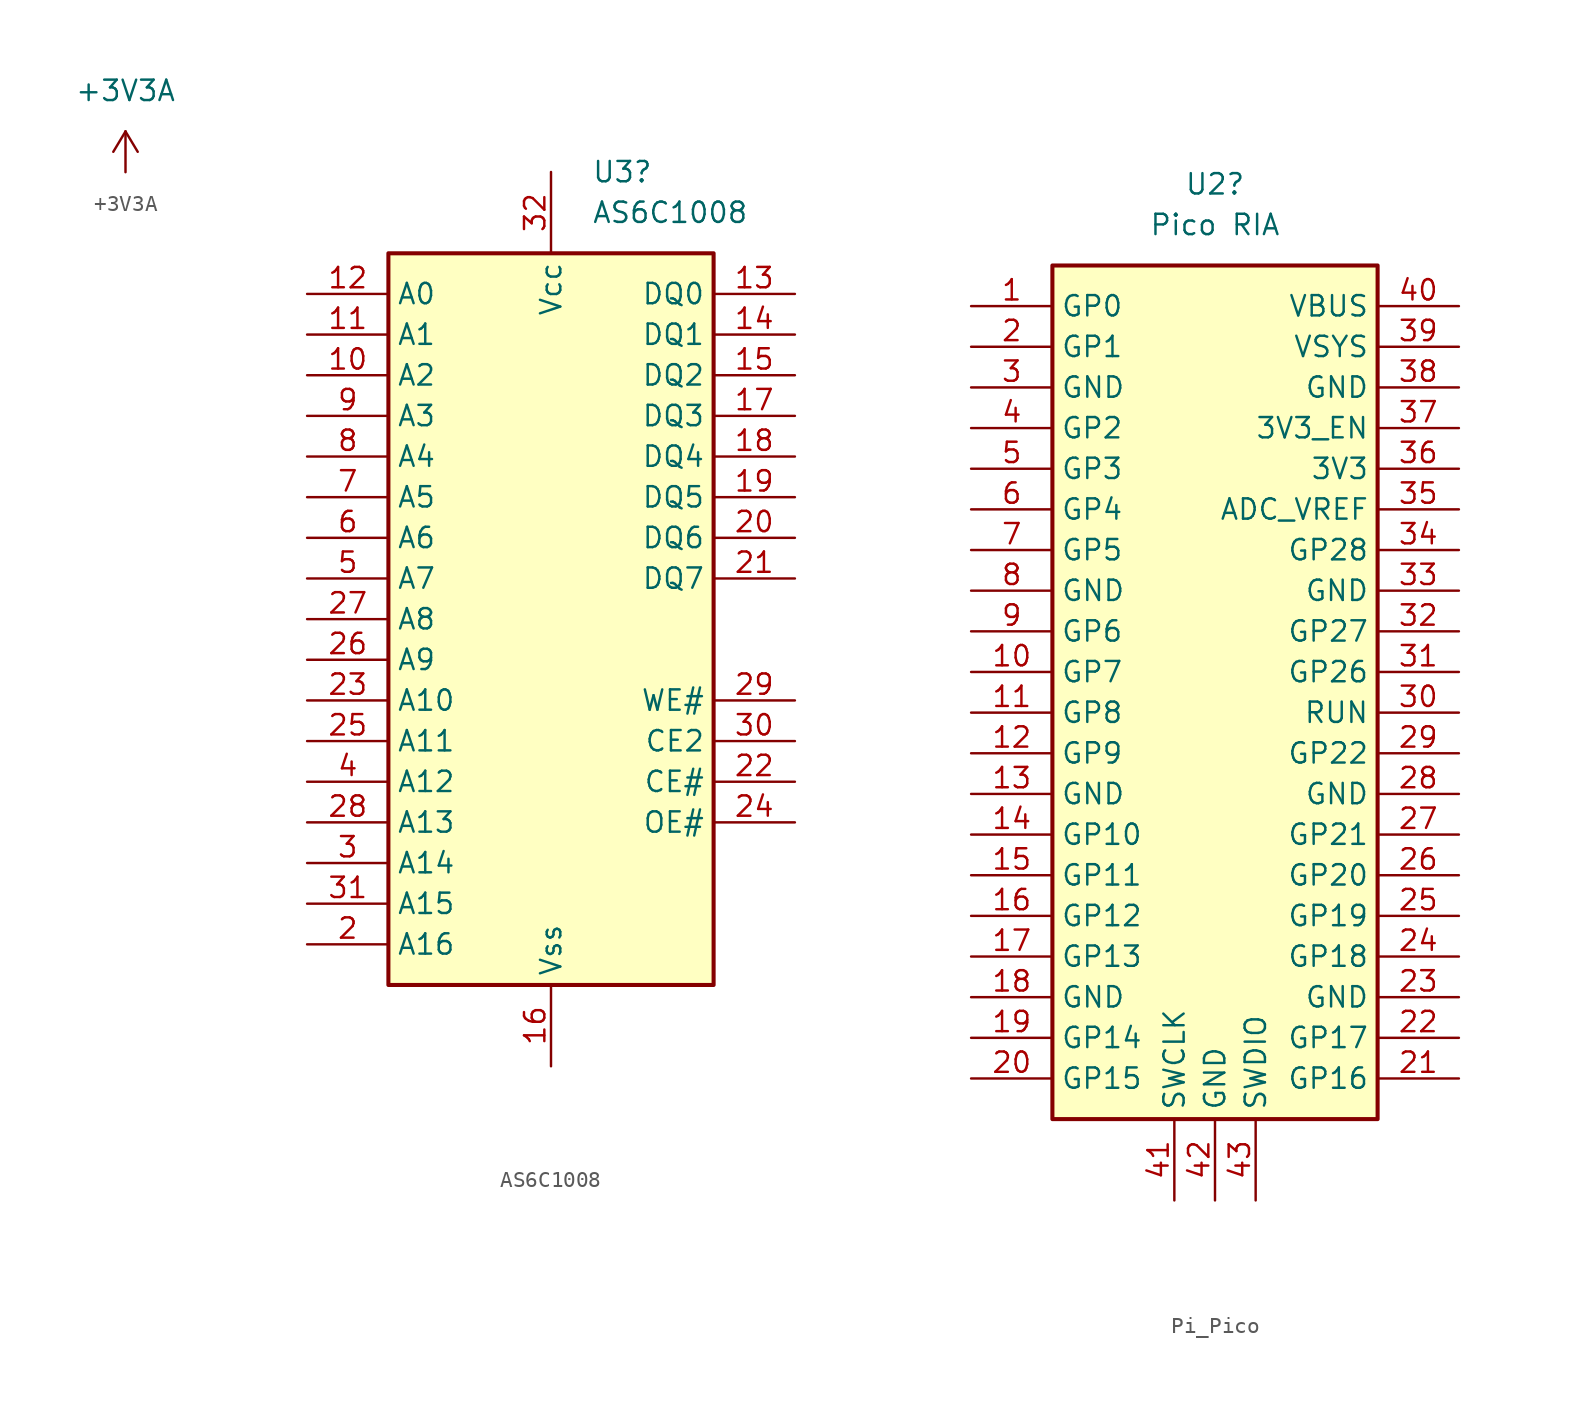
<source format=kicad_sym>
(kicad_symbol_lib
  (version 20220914)
  (generator kicad_symbol_editor)
  (symbol "+3V3A"
    (power)
    (pin_names
      (offset 0))
    (property "Reference" "#PWR0108"
      (at 0 -3.81 0)
      (effects (font (size 1.27 1.27)) hide))
    (property "Value" "+3V3A"
      (at 0 5.08 0)
      (effects (font (size 1.27 1.27))))
    (symbol "+3V3A_0_1"
      (polyline (pts (xy -0.762 1.27) (xy 0 2.54)) (stroke (width 0) (type default)) (fill (type none)))
      (polyline (pts (xy 0 0) (xy 0 2.54)) (stroke (width 0) (type default)) (fill (type none)))
      (polyline (pts (xy 0 2.54) (xy 0.762 1.27)) (stroke (width 0) (type default)) (fill (type none))))
    (symbol "+3V3A_1_1"
      (pin power_in line (at 0 0 90) (length 0) hide (name "+3V3A" (effects (font (size 1.27 1.27)))) (number "1" (effects (font (size 1.27 1.27)))))))
  (symbol "AS6C1008"
    (property "Reference" "U3"
      (at 2.54 27.94 0)
      (effects (font (size 1.27 1.27)) (justify left)))
    (property "Value" "AS6C1008"
      (at 2.54 25.4 0)
      (effects (font (size 1.27 1.27)) (justify left)))
    (symbol "AS6C1008_0_0"
      (pin power_in line (at 0 -27.94 90) (length 5.08) (name "Vss" (effects (font (size 1.27 1.27)))) (number "16" (effects (font (size 1.27 1.27)))))
      (pin power_in line (at 0 27.94 270) (length 5.08) (name "Vcc" (effects (font (size 1.27 1.27)))) (number "32" (effects (font (size 1.27 1.27))))))
    (symbol "AS6C1008_0_1"
      (rectangle (start -10.16 22.86) (end 10.16 -22.86) (stroke (width 0.254) (type default)) (fill (type background))))
    (symbol "AS6C1008_1_1"
      (pin no_connect line (at 10.16 -20.32 180) (length 5.08) hide (name "NC" (effects (font (size 1.27 1.27)))) (number "1" (effects (font (size 1.27 1.27)))))
      (pin input line (at -15.24 15.24 0) (length 5.08) (name "A2" (effects (font (size 1.27 1.27)))) (number "10" (effects (font (size 1.27 1.27)))))
      (pin input line (at -15.24 17.78 0) (length 5.08) (name "A1" (effects (font (size 1.27 1.27)))) (number "11" (effects (font (size 1.27 1.27)))))
      (pin input line (at -15.24 20.32 0) (length 5.08) (name "A0" (effects (font (size 1.27 1.27)))) (number "12" (effects (font (size 1.27 1.27)))))
      (pin tri_state line (at 15.24 20.32 180) (length 5.08) (name "DQ0" (effects (font (size 1.27 1.27)))) (number "13" (effects (font (size 1.27 1.27)))))
      (pin tri_state line (at 15.24 17.78 180) (length 5.08) (name "DQ1" (effects (font (size 1.27 1.27)))) (number "14" (effects (font (size 1.27 1.27)))))
      (pin tri_state line (at 15.24 15.24 180) (length 5.08) (name "DQ2" (effects (font (size 1.27 1.27)))) (number "15" (effects (font (size 1.27 1.27)))))
      (pin tri_state line (at 15.24 12.7 180) (length 5.08) (name "DQ3" (effects (font (size 1.27 1.27)))) (number "17" (effects (font (size 1.27 1.27)))))
      (pin tri_state line (at 15.24 10.16 180) (length 5.08) (name "DQ4" (effects (font (size 1.27 1.27)))) (number "18" (effects (font (size 1.27 1.27)))))
      (pin tri_state line (at 15.24 7.62 180) (length 5.08) (name "DQ5" (effects (font (size 1.27 1.27)))) (number "19" (effects (font (size 1.27 1.27)))))
      (pin input line (at -15.24 -20.32 0) (length 5.08) (name "A16" (effects (font (size 1.27 1.27)))) (number "2" (effects (font (size 1.27 1.27)))))
      (pin tri_state line (at 15.24 5.08 180) (length 5.08) (name "DQ6" (effects (font (size 1.27 1.27)))) (number "20" (effects (font (size 1.27 1.27)))))
      (pin tri_state line (at 15.24 2.54 180) (length 5.08) (name "DQ7" (effects (font (size 1.27 1.27)))) (number "21" (effects (font (size 1.27 1.27)))))
      (pin input line (at 15.24 -10.16 180) (length 5.08) (name "CE#" (effects (font (size 1.27 1.27)))) (number "22" (effects (font (size 1.27 1.27)))))
      (pin input line (at -15.24 -5.08 0) (length 5.08) (name "A10" (effects (font (size 1.27 1.27)))) (number "23" (effects (font (size 1.27 1.27)))))
      (pin input line (at 15.24 -12.7 180) (length 5.08) (name "OE#" (effects (font (size 1.27 1.27)))) (number "24" (effects (font (size 1.27 1.27)))))
      (pin input line (at -15.24 -7.62 0) (length 5.08) (name "A11" (effects (font (size 1.27 1.27)))) (number "25" (effects (font (size 1.27 1.27)))))
      (pin input line (at -15.24 -2.54 0) (length 5.08) (name "A9" (effects (font (size 1.27 1.27)))) (number "26" (effects (font (size 1.27 1.27)))))
      (pin input line (at -15.24 0 0) (length 5.08) (name "A8" (effects (font (size 1.27 1.27)))) (number "27" (effects (font (size 1.27 1.27)))))
      (pin input line (at -15.24 -12.7 0) (length 5.08) (name "A13" (effects (font (size 1.27 1.27)))) (number "28" (effects (font (size 1.27 1.27)))))
      (pin input line (at 15.24 -5.08 180) (length 5.08) (name "WE#" (effects (font (size 1.27 1.27)))) (number "29" (effects (font (size 1.27 1.27)))))
      (pin input line (at -15.24 -15.24 0) (length 5.08) (name "A14" (effects (font (size 1.27 1.27)))) (number "3" (effects (font (size 1.27 1.27)))))
      (pin input line (at 15.24 -7.62 180) (length 5.08) (name "CE2" (effects (font (size 1.27 1.27)))) (number "30" (effects (font (size 1.27 1.27)))))
      (pin input line (at -15.24 -17.78 0) (length 5.08) (name "A15" (effects (font (size 1.27 1.27)))) (number "31" (effects (font (size 1.27 1.27)))))
      (pin input line (at -15.24 -10.16 0) (length 5.08) (name "A12" (effects (font (size 1.27 1.27)))) (number "4" (effects (font (size 1.27 1.27)))))
      (pin input line (at -15.24 2.54 0) (length 5.08) (name "A7" (effects (font (size 1.27 1.27)))) (number "5" (effects (font (size 1.27 1.27)))))
      (pin input line (at -15.24 5.08 0) (length 5.08) (name "A6" (effects (font (size 1.27 1.27)))) (number "6" (effects (font (size 1.27 1.27)))))
      (pin input line (at -15.24 7.62 0) (length 5.08) (name "A5" (effects (font (size 1.27 1.27)))) (number "7" (effects (font (size 1.27 1.27)))))
      (pin input line (at -15.24 10.16 0) (length 5.08) (name "A4" (effects (font (size 1.27 1.27)))) (number "8" (effects (font (size 1.27 1.27)))))
      (pin input line (at -15.24 12.7 0) (length 5.08) (name "A3" (effects (font (size 1.27 1.27)))) (number "9" (effects (font (size 1.27 1.27)))))))
  (symbol "Pi_Pico"
    (property "Reference" "U2"
      (at 0 31.75 0)
      (effects (font (size 1.27 1.27))))
    (property "Value" "Pico RIA"
      (at 0 29.21 0)
      (effects (font (size 1.27 1.27))))
    (symbol "Pi_Pico_0_1"
      (rectangle (start -10.16 26.67) (end 10.16 -26.67) (stroke (width 0.254) (type default)) (fill (type background))))
    (symbol "Pi_Pico_1_1"
      (pin bidirectional line (at -15.24 24.13 0) (length 5.08) (name "GP0" (effects (font (size 1.27 1.27)))) (number "1" (effects (font (size 1.27 1.27)))))
      (pin bidirectional line (at -15.24 1.27 0) (length 5.08) (name "GP7" (effects (font (size 1.27 1.27)))) (number "10" (effects (font (size 1.27 1.27)))))
      (pin bidirectional line (at -15.24 -1.27 0) (length 5.08) (name "GP8" (effects (font (size 1.27 1.27)))) (number "11" (effects (font (size 1.27 1.27)))))
      (pin bidirectional line (at -15.24 -3.81 0) (length 5.08) (name "GP9" (effects (font (size 1.27 1.27)))) (number "12" (effects (font (size 1.27 1.27)))))
      (pin power_in line (at -15.24 -6.35 0) (length 5.08) (name "GND" (effects (font (size 1.27 1.27)))) (number "13" (effects (font (size 1.27 1.27)))))
      (pin bidirectional line (at -15.24 -8.89 0) (length 5.08) (name "GP10" (effects (font (size 1.27 1.27)))) (number "14" (effects (font (size 1.27 1.27)))))
      (pin bidirectional line (at -15.24 -11.43 0) (length 5.08) (name "GP11" (effects (font (size 1.27 1.27)))) (number "15" (effects (font (size 1.27 1.27)))))
      (pin bidirectional line (at -15.24 -13.97 0) (length 5.08) (name "GP12" (effects (font (size 1.27 1.27)))) (number "16" (effects (font (size 1.27 1.27)))))
      (pin bidirectional line (at -15.24 -16.51 0) (length 5.08) (name "GP13" (effects (font (size 1.27 1.27)))) (number "17" (effects (font (size 1.27 1.27)))))
      (pin power_in line (at -15.24 -19.05 0) (length 5.08) (name "GND" (effects (font (size 1.27 1.27)))) (number "18" (effects (font (size 1.27 1.27)))))
      (pin bidirectional line (at -15.24 -21.59 0) (length 5.08) (name "GP14" (effects (font (size 1.27 1.27)))) (number "19" (effects (font (size 1.27 1.27)))))
      (pin bidirectional line (at -15.24 21.59 0) (length 5.08) (name "GP1" (effects (font (size 1.27 1.27)))) (number "2" (effects (font (size 1.27 1.27)))))
      (pin bidirectional line (at -15.24 -24.13 0) (length 5.08) (name "GP15" (effects (font (size 1.27 1.27)))) (number "20" (effects (font (size 1.27 1.27)))))
      (pin bidirectional line (at 15.24 -24.13 180) (length 5.08) (name "GP16" (effects (font (size 1.27 1.27)))) (number "21" (effects (font (size 1.27 1.27)))))
      (pin bidirectional line (at 15.24 -21.59 180) (length 5.08) (name "GP17" (effects (font (size 1.27 1.27)))) (number "22" (effects (font (size 1.27 1.27)))))
      (pin power_in line (at 15.24 -19.05 180) (length 5.08) (name "GND" (effects (font (size 1.27 1.27)))) (number "23" (effects (font (size 1.27 1.27)))))
      (pin bidirectional line (at 15.24 -16.51 180) (length 5.08) (name "GP18" (effects (font (size 1.27 1.27)))) (number "24" (effects (font (size 1.27 1.27)))))
      (pin bidirectional line (at 15.24 -13.97 180) (length 5.08) (name "GP19" (effects (font (size 1.27 1.27)))) (number "25" (effects (font (size 1.27 1.27)))))
      (pin bidirectional line (at 15.24 -11.43 180) (length 5.08) (name "GP20" (effects (font (size 1.27 1.27)))) (number "26" (effects (font (size 1.27 1.27)))))
      (pin bidirectional line (at 15.24 -8.89 180) (length 5.08) (name "GP21" (effects (font (size 1.27 1.27)))) (number "27" (effects (font (size 1.27 1.27)))))
      (pin power_in line (at 15.24 -6.35 180) (length 5.08) (name "GND" (effects (font (size 1.27 1.27)))) (number "28" (effects (font (size 1.27 1.27)))))
      (pin bidirectional line (at 15.24 -3.81 180) (length 5.08) (name "GP22" (effects (font (size 1.27 1.27)))) (number "29" (effects (font (size 1.27 1.27)))))
      (pin power_in line (at -15.24 19.05 0) (length 5.08) (name "GND" (effects (font (size 1.27 1.27)))) (number "3" (effects (font (size 1.27 1.27)))))
      (pin input line (at 15.24 -1.27 180) (length 5.08) (name "RUN" (effects (font (size 1.27 1.27)))) (number "30" (effects (font (size 1.27 1.27)))))
      (pin bidirectional line (at 15.24 1.27 180) (length 5.08) (name "GP26" (effects (font (size 1.27 1.27)))) (number "31" (effects (font (size 1.27 1.27)))))
      (pin bidirectional line (at 15.24 3.81 180) (length 5.08) (name "GP27" (effects (font (size 1.27 1.27)))) (number "32" (effects (font (size 1.27 1.27)))))
      (pin power_in line (at 15.24 6.35 180) (length 5.08) (name "GND" (effects (font (size 1.27 1.27)))) (number "33" (effects (font (size 1.27 1.27)))))
      (pin bidirectional line (at 15.24 8.89 180) (length 5.08) (name "GP28" (effects (font (size 1.27 1.27)))) (number "34" (effects (font (size 1.27 1.27)))))
      (pin power_in line (at 15.24 11.43 180) (length 5.08) (name "ADC_VREF" (effects (font (size 1.27 1.27)))) (number "35" (effects (font (size 1.27 1.27)))))
      (pin power_out line (at 15.24 13.97 180) (length 5.08) (name "3V3" (effects (font (size 1.27 1.27)))) (number "36" (effects (font (size 1.27 1.27)))))
      (pin input line (at 15.24 16.51 180) (length 5.08) (name "3V3_EN" (effects (font (size 1.27 1.27)))) (number "37" (effects (font (size 1.27 1.27)))))
      (pin power_in line (at 15.24 19.05 180) (length 5.08) (name "GND" (effects (font (size 1.27 1.27)))) (number "38" (effects (font (size 1.27 1.27)))))
      (pin power_in line (at 15.24 21.59 180) (length 5.08) (name "VSYS" (effects (font (size 1.27 1.27)))) (number "39" (effects (font (size 1.27 1.27)))))
      (pin bidirectional line (at -15.24 16.51 0) (length 5.08) (name "GP2" (effects (font (size 1.27 1.27)))) (number "4" (effects (font (size 1.27 1.27)))))
      (pin power_in line (at 15.24 24.13 180) (length 5.08) (name "VBUS" (effects (font (size 1.27 1.27)))) (number "40" (effects (font (size 1.27 1.27)))))
      (pin input line (at -2.54 -31.75 90) (length 5.08) (name "SWCLK" (effects (font (size 1.27 1.27)))) (number "41" (effects (font (size 1.27 1.27)))))
      (pin power_in line (at 0 -31.75 90) (length 5.08) (name "GND" (effects (font (size 1.27 1.27)))) (number "42" (effects (font (size 1.27 1.27)))))
      (pin bidirectional line (at 2.54 -31.75 90) (length 5.08) (name "SWDIO" (effects (font (size 1.27 1.27)))) (number "43" (effects (font (size 1.27 1.27)))))
      (pin bidirectional line (at -15.24 13.97 0) (length 5.08) (name "GP3" (effects (font (size 1.27 1.27)))) (number "5" (effects (font (size 1.27 1.27)))))
      (pin bidirectional line (at -15.24 11.43 0) (length 5.08) (name "GP4" (effects (font (size 1.27 1.27)))) (number "6" (effects (font (size 1.27 1.27)))))
      (pin bidirectional line (at -15.24 8.89 0) (length 5.08) (name "GP5" (effects (font (size 1.27 1.27)))) (number "7" (effects (font (size 1.27 1.27)))))
      (pin power_in line (at -15.24 6.35 0) (length 5.08) (name "GND" (effects (font (size 1.27 1.27)))) (number "8" (effects (font (size 1.27 1.27)))))
      (pin bidirectional line (at -15.24 3.81 0) (length 5.08) (name "GP6" (effects (font (size 1.27 1.27)))) (number "9" (effects (font (size 1.27 1.27))))))))
</source>
